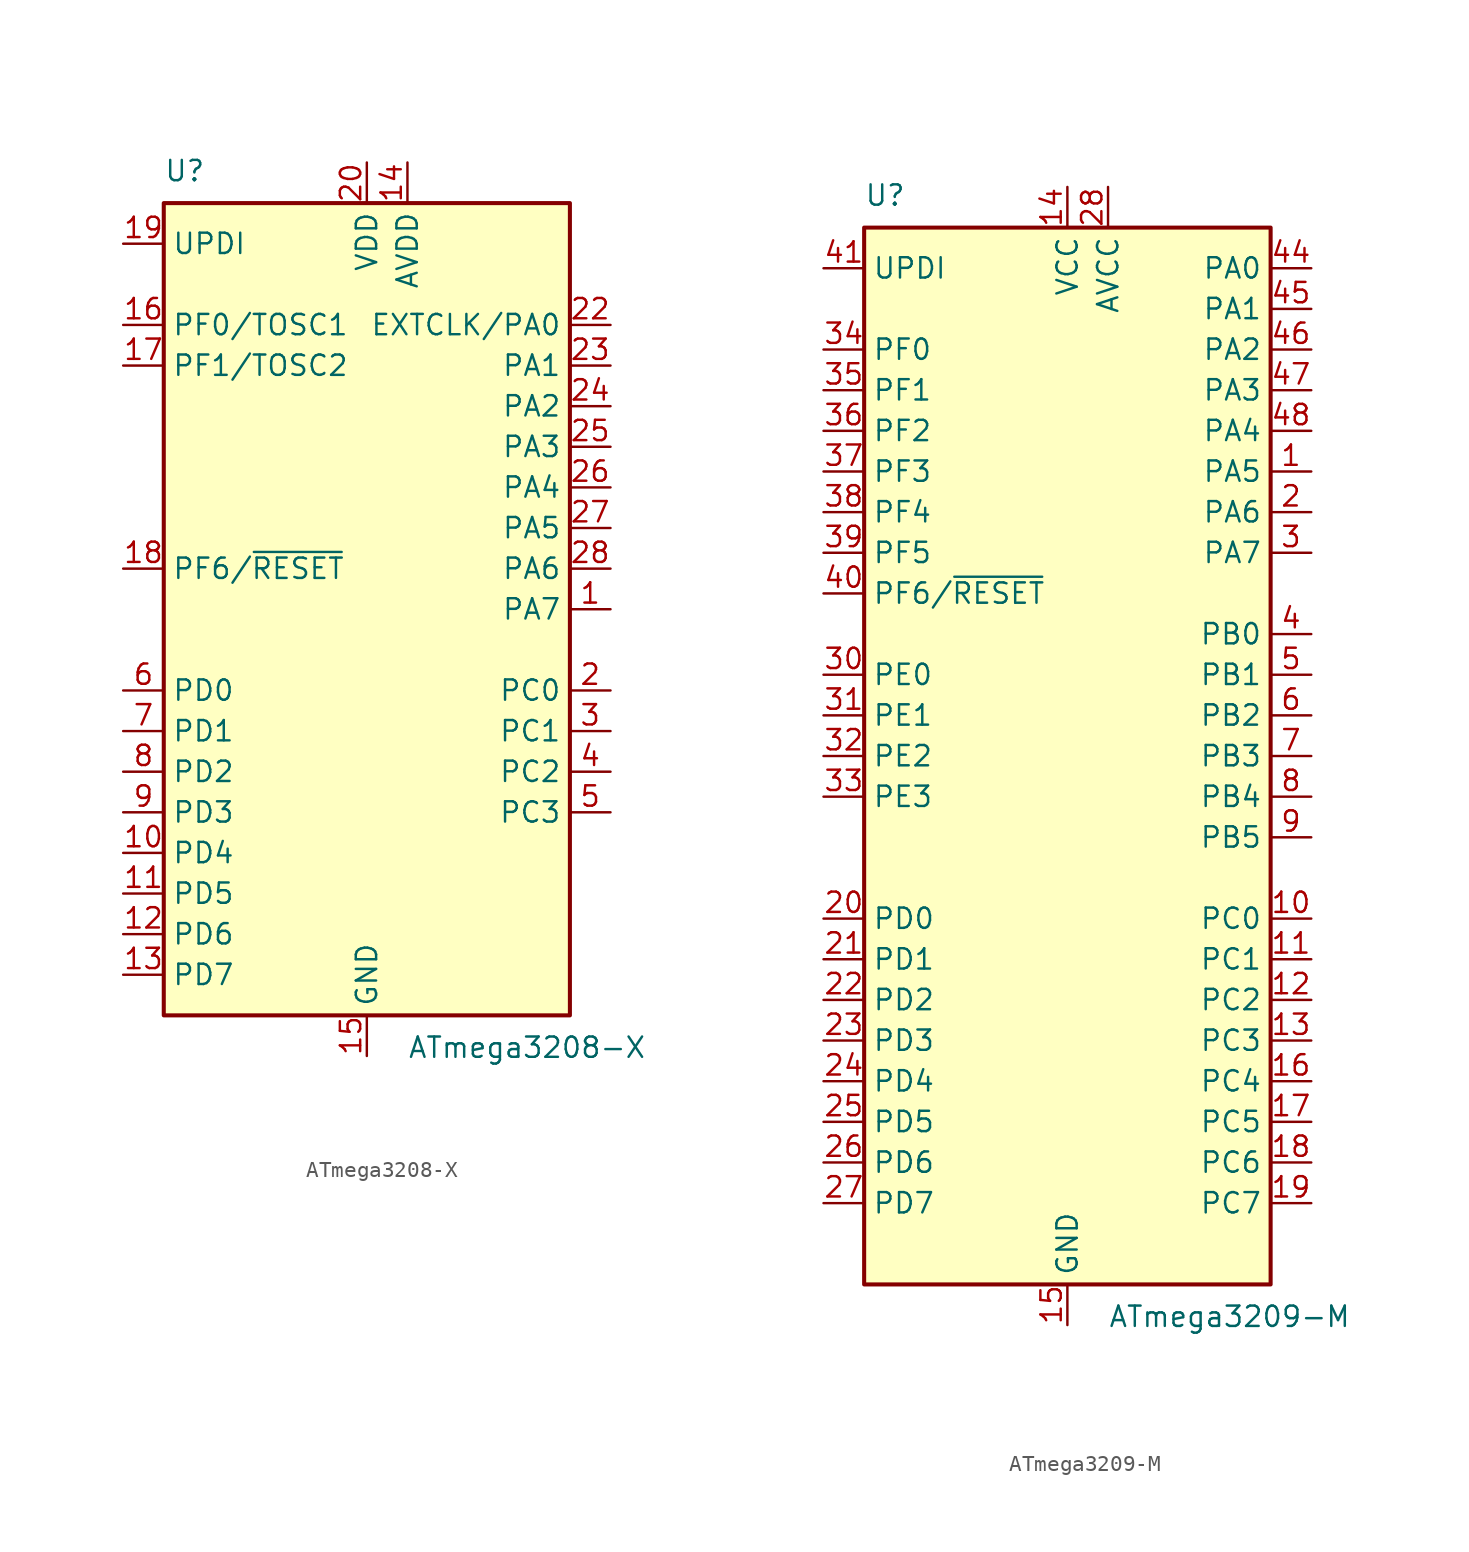
<source format=kicad_sym>
(kicad_symbol_lib
  (version 20231120)
  (generator "kicad_symbol_editor")
  (generator_version "8.0")
  (symbol "ATmega3208-X"
    (property "Reference" "U"
      (at -12.7 26.67 0)
      (effects (font (size 1.27 1.27)) (justify left bottom)))
    (property "Value" "ATmega3208-X"
      (at 2.54 -26.67 0)
      (effects (font (size 1.27 1.27)) (justify left top)))
    (symbol "ATmega3208-X_0_1"
      (rectangle (start -12.7 -25.4) (end 12.7 25.4) (stroke (width 0.254) (type default)) (fill (type background))))
    (symbol "ATmega3208-X_1_1"
      (pin bidirectional line (at 15.24 0 180) (length 2.54) (name "PA7" (effects (font (size 1.27 1.27)))) (number "1" (effects (font (size 1.27 1.27)))))
      (pin bidirectional line (at -15.24 -15.24 0) (length 2.54) (name "PD4" (effects (font (size 1.27 1.27)))) (number "10" (effects (font (size 1.27 1.27)))))
      (pin bidirectional line (at -15.24 -17.78 0) (length 2.54) (name "PD5" (effects (font (size 1.27 1.27)))) (number "11" (effects (font (size 1.27 1.27)))))
      (pin bidirectional line (at -15.24 -20.32 0) (length 2.54) (name "PD6" (effects (font (size 1.27 1.27)))) (number "12" (effects (font (size 1.27 1.27)))))
      (pin bidirectional line (at -15.24 -22.86 0) (length 2.54) (name "PD7" (effects (font (size 1.27 1.27)))) (number "13" (effects (font (size 1.27 1.27)))))
      (pin power_in line (at 2.54 27.94 270) (length 2.54) (name "AVDD" (effects (font (size 1.27 1.27)))) (number "14" (effects (font (size 1.27 1.27)))))
      (pin power_in line (at 0 -27.94 90) (length 2.54) (name "GND" (effects (font (size 1.27 1.27)))) (number "15" (effects (font (size 1.27 1.27)))))
      (pin bidirectional line (at -15.24 17.78 0) (length 2.54) (name "PF0/TOSC1" (effects (font (size 1.27 1.27)))) (number "16" (effects (font (size 1.27 1.27)))))
      (pin bidirectional line (at -15.24 15.24 0) (length 2.54) (name "PF1/TOSC2" (effects (font (size 1.27 1.27)))) (number "17" (effects (font (size 1.27 1.27)))))
      (pin bidirectional line (at -15.24 2.54 0) (length 2.54) (name "PF6/~{RESET}" (effects (font (size 1.27 1.27)))) (number "18" (effects (font (size 1.27 1.27)))))
      (pin bidirectional line (at -15.24 22.86 0) (length 2.54) (name "UPDI" (effects (font (size 1.27 1.27)))) (number "19" (effects (font (size 1.27 1.27)))))
      (pin bidirectional line (at 15.24 -5.08 180) (length 2.54) (name "PC0" (effects (font (size 1.27 1.27)))) (number "2" (effects (font (size 1.27 1.27)))))
      (pin power_in line (at 0 27.94 270) (length 2.54) (name "VDD" (effects (font (size 1.27 1.27)))) (number "20" (effects (font (size 1.27 1.27)))))
      (pin passive line (at 0 -27.94 90) (length 2.54) hide (name "GND" (effects (font (size 1.27 1.27)))) (number "21" (effects (font (size 1.27 1.27)))))
      (pin bidirectional line (at 15.24 17.78 180) (length 2.54) (name "EXTCLK/PA0" (effects (font (size 1.27 1.27)))) (number "22" (effects (font (size 1.27 1.27)))))
      (pin bidirectional line (at 15.24 15.24 180) (length 2.54) (name "PA1" (effects (font (size 1.27 1.27)))) (number "23" (effects (font (size 1.27 1.27)))))
      (pin bidirectional line (at 15.24 12.7 180) (length 2.54) (name "PA2" (effects (font (size 1.27 1.27)))) (number "24" (effects (font (size 1.27 1.27)))))
      (pin bidirectional line (at 15.24 10.16 180) (length 2.54) (name "PA3" (effects (font (size 1.27 1.27)))) (number "25" (effects (font (size 1.27 1.27)))))
      (pin bidirectional line (at 15.24 7.62 180) (length 2.54) (name "PA4" (effects (font (size 1.27 1.27)))) (number "26" (effects (font (size 1.27 1.27)))))
      (pin bidirectional line (at 15.24 5.08 180) (length 2.54) (name "PA5" (effects (font (size 1.27 1.27)))) (number "27" (effects (font (size 1.27 1.27)))))
      (pin bidirectional line (at 15.24 2.54 180) (length 2.54) (name "PA6" (effects (font (size 1.27 1.27)))) (number "28" (effects (font (size 1.27 1.27)))))
      (pin bidirectional line (at 15.24 -7.62 180) (length 2.54) (name "PC1" (effects (font (size 1.27 1.27)))) (number "3" (effects (font (size 1.27 1.27)))))
      (pin bidirectional line (at 15.24 -10.16 180) (length 2.54) (name "PC2" (effects (font (size 1.27 1.27)))) (number "4" (effects (font (size 1.27 1.27)))))
      (pin bidirectional line (at 15.24 -12.7 180) (length 2.54) (name "PC3" (effects (font (size 1.27 1.27)))) (number "5" (effects (font (size 1.27 1.27)))))
      (pin bidirectional line (at -15.24 -5.08 0) (length 2.54) (name "PD0" (effects (font (size 1.27 1.27)))) (number "6" (effects (font (size 1.27 1.27)))))
      (pin bidirectional line (at -15.24 -7.62 0) (length 2.54) (name "PD1" (effects (font (size 1.27 1.27)))) (number "7" (effects (font (size 1.27 1.27)))))
      (pin bidirectional line (at -15.24 -10.16 0) (length 2.54) (name "PD2" (effects (font (size 1.27 1.27)))) (number "8" (effects (font (size 1.27 1.27)))))
      (pin bidirectional line (at -15.24 -12.7 0) (length 2.54) (name "PD3" (effects (font (size 1.27 1.27)))) (number "9" (effects (font (size 1.27 1.27)))))))
  (symbol "ATmega3209-M"
    (property "Reference" "U"
      (at -12.7 34.29 0)
      (effects (font (size 1.27 1.27)) (justify left bottom)))
    (property "Value" "ATmega3209-M"
      (at 2.54 -34.29 0)
      (effects (font (size 1.27 1.27)) (justify left top)))
    (symbol "ATmega3209-M_0_1"
      (rectangle (start -12.7 -33.02) (end 12.7 33.02) (stroke (width 0.254) (type default)) (fill (type background))))
    (symbol "ATmega3209-M_1_1"
      (pin bidirectional line (at 15.24 17.78 180) (length 2.54) (name "PA5" (effects (font (size 1.27 1.27)))) (number "1" (effects (font (size 1.27 1.27)))))
      (pin bidirectional line (at 15.24 -10.16 180) (length 2.54) (name "PC0" (effects (font (size 1.27 1.27)))) (number "10" (effects (font (size 1.27 1.27)))))
      (pin bidirectional line (at 15.24 -12.7 180) (length 2.54) (name "PC1" (effects (font (size 1.27 1.27)))) (number "11" (effects (font (size 1.27 1.27)))))
      (pin bidirectional line (at 15.24 -15.24 180) (length 2.54) (name "PC2" (effects (font (size 1.27 1.27)))) (number "12" (effects (font (size 1.27 1.27)))))
      (pin bidirectional line (at 15.24 -17.78 180) (length 2.54) (name "PC3" (effects (font (size 1.27 1.27)))) (number "13" (effects (font (size 1.27 1.27)))))
      (pin power_in line (at 0 35.56 270) (length 2.54) (name "VCC" (effects (font (size 1.27 1.27)))) (number "14" (effects (font (size 1.27 1.27)))))
      (pin power_in line (at 0 -35.56 90) (length 2.54) (name "GND" (effects (font (size 1.27 1.27)))) (number "15" (effects (font (size 1.27 1.27)))))
      (pin bidirectional line (at 15.24 -20.32 180) (length 2.54) (name "PC4" (effects (font (size 1.27 1.27)))) (number "16" (effects (font (size 1.27 1.27)))))
      (pin bidirectional line (at 15.24 -22.86 180) (length 2.54) (name "PC5" (effects (font (size 1.27 1.27)))) (number "17" (effects (font (size 1.27 1.27)))))
      (pin bidirectional line (at 15.24 -25.4 180) (length 2.54) (name "PC6" (effects (font (size 1.27 1.27)))) (number "18" (effects (font (size 1.27 1.27)))))
      (pin bidirectional line (at 15.24 -27.94 180) (length 2.54) (name "PC7" (effects (font (size 1.27 1.27)))) (number "19" (effects (font (size 1.27 1.27)))))
      (pin bidirectional line (at 15.24 15.24 180) (length 2.54) (name "PA6" (effects (font (size 1.27 1.27)))) (number "2" (effects (font (size 1.27 1.27)))))
      (pin bidirectional line (at -15.24 -10.16 0) (length 2.54) (name "PD0" (effects (font (size 1.27 1.27)))) (number "20" (effects (font (size 1.27 1.27)))))
      (pin bidirectional line (at -15.24 -12.7 0) (length 2.54) (name "PD1" (effects (font (size 1.27 1.27)))) (number "21" (effects (font (size 1.27 1.27)))))
      (pin bidirectional line (at -15.24 -15.24 0) (length 2.54) (name "PD2" (effects (font (size 1.27 1.27)))) (number "22" (effects (font (size 1.27 1.27)))))
      (pin bidirectional line (at -15.24 -17.78 0) (length 2.54) (name "PD3" (effects (font (size 1.27 1.27)))) (number "23" (effects (font (size 1.27 1.27)))))
      (pin bidirectional line (at -15.24 -20.32 0) (length 2.54) (name "PD4" (effects (font (size 1.27 1.27)))) (number "24" (effects (font (size 1.27 1.27)))))
      (pin bidirectional line (at -15.24 -22.86 0) (length 2.54) (name "PD5" (effects (font (size 1.27 1.27)))) (number "25" (effects (font (size 1.27 1.27)))))
      (pin bidirectional line (at -15.24 -25.4 0) (length 2.54) (name "PD6" (effects (font (size 1.27 1.27)))) (number "26" (effects (font (size 1.27 1.27)))))
      (pin bidirectional line (at -15.24 -27.94 0) (length 2.54) (name "PD7" (effects (font (size 1.27 1.27)))) (number "27" (effects (font (size 1.27 1.27)))))
      (pin power_in line (at 2.54 35.56 270) (length 2.54) (name "AVCC" (effects (font (size 1.27 1.27)))) (number "28" (effects (font (size 1.27 1.27)))))
      (pin passive line (at 0 -35.56 90) (length 2.54) hide (name "GND" (effects (font (size 1.27 1.27)))) (number "29" (effects (font (size 1.27 1.27)))))
      (pin bidirectional line (at 15.24 12.7 180) (length 2.54) (name "PA7" (effects (font (size 1.27 1.27)))) (number "3" (effects (font (size 1.27 1.27)))))
      (pin bidirectional line (at -15.24 5.08 0) (length 2.54) (name "PE0" (effects (font (size 1.27 1.27)))) (number "30" (effects (font (size 1.27 1.27)))))
      (pin bidirectional line (at -15.24 2.54 0) (length 2.54) (name "PE1" (effects (font (size 1.27 1.27)))) (number "31" (effects (font (size 1.27 1.27)))))
      (pin bidirectional line (at -15.24 0 0) (length 2.54) (name "PE2" (effects (font (size 1.27 1.27)))) (number "32" (effects (font (size 1.27 1.27)))))
      (pin bidirectional line (at -15.24 -2.54 0) (length 2.54) (name "PE3" (effects (font (size 1.27 1.27)))) (number "33" (effects (font (size 1.27 1.27)))))
      (pin bidirectional line (at -15.24 25.4 0) (length 2.54) (name "PF0" (effects (font (size 1.27 1.27)))) (number "34" (effects (font (size 1.27 1.27)))))
      (pin bidirectional line (at -15.24 22.86 0) (length 2.54) (name "PF1" (effects (font (size 1.27 1.27)))) (number "35" (effects (font (size 1.27 1.27)))))
      (pin bidirectional line (at -15.24 20.32 0) (length 2.54) (name "PF2" (effects (font (size 1.27 1.27)))) (number "36" (effects (font (size 1.27 1.27)))))
      (pin bidirectional line (at -15.24 17.78 0) (length 2.54) (name "PF3" (effects (font (size 1.27 1.27)))) (number "37" (effects (font (size 1.27 1.27)))))
      (pin bidirectional line (at -15.24 15.24 0) (length 2.54) (name "PF4" (effects (font (size 1.27 1.27)))) (number "38" (effects (font (size 1.27 1.27)))))
      (pin bidirectional line (at -15.24 12.7 0) (length 2.54) (name "PF5" (effects (font (size 1.27 1.27)))) (number "39" (effects (font (size 1.27 1.27)))))
      (pin bidirectional line (at 15.24 7.62 180) (length 2.54) (name "PB0" (effects (font (size 1.27 1.27)))) (number "4" (effects (font (size 1.27 1.27)))))
      (pin bidirectional line (at -15.24 10.16 0) (length 2.54) (name "PF6/~{RESET}" (effects (font (size 1.27 1.27)))) (number "40" (effects (font (size 1.27 1.27)))))
      (pin bidirectional line (at -15.24 30.48 0) (length 2.54) (name "UPDI" (effects (font (size 1.27 1.27)))) (number "41" (effects (font (size 1.27 1.27)))))
      (pin passive line (at 0 35.56 270) (length 2.54) hide (name "VCC" (effects (font (size 1.27 1.27)))) (number "42" (effects (font (size 1.27 1.27)))))
      (pin passive line (at 0 -35.56 90) (length 2.54) hide (name "GND" (effects (font (size 1.27 1.27)))) (number "43" (effects (font (size 1.27 1.27)))))
      (pin bidirectional line (at 15.24 30.48 180) (length 2.54) (name "PA0" (effects (font (size 1.27 1.27)))) (number "44" (effects (font (size 1.27 1.27)))))
      (pin bidirectional line (at 15.24 27.94 180) (length 2.54) (name "PA1" (effects (font (size 1.27 1.27)))) (number "45" (effects (font (size 1.27 1.27)))))
      (pin bidirectional line (at 15.24 25.4 180) (length 2.54) (name "PA2" (effects (font (size 1.27 1.27)))) (number "46" (effects (font (size 1.27 1.27)))))
      (pin bidirectional line (at 15.24 22.86 180) (length 2.54) (name "PA3" (effects (font (size 1.27 1.27)))) (number "47" (effects (font (size 1.27 1.27)))))
      (pin bidirectional line (at 15.24 20.32 180) (length 2.54) (name "PA4" (effects (font (size 1.27 1.27)))) (number "48" (effects (font (size 1.27 1.27)))))
      (pin passive line (at 0 -35.56 90) (length 2.54) hide (name "GND" (effects (font (size 1.27 1.27)))) (number "49" (effects (font (size 1.27 1.27)))))
      (pin bidirectional line (at 15.24 5.08 180) (length 2.54) (name "PB1" (effects (font (size 1.27 1.27)))) (number "5" (effects (font (size 1.27 1.27)))))
      (pin bidirectional line (at 15.24 2.54 180) (length 2.54) (name "PB2" (effects (font (size 1.27 1.27)))) (number "6" (effects (font (size 1.27 1.27)))))
      (pin bidirectional line (at 15.24 0 180) (length 2.54) (name "PB3" (effects (font (size 1.27 1.27)))) (number "7" (effects (font (size 1.27 1.27)))))
      (pin bidirectional line (at 15.24 -2.54 180) (length 2.54) (name "PB4" (effects (font (size 1.27 1.27)))) (number "8" (effects (font (size 1.27 1.27)))))
      (pin bidirectional line (at 15.24 -5.08 180) (length 2.54) (name "PB5" (effects (font (size 1.27 1.27)))) (number "9" (effects (font (size 1.27 1.27))))))))
</source>
